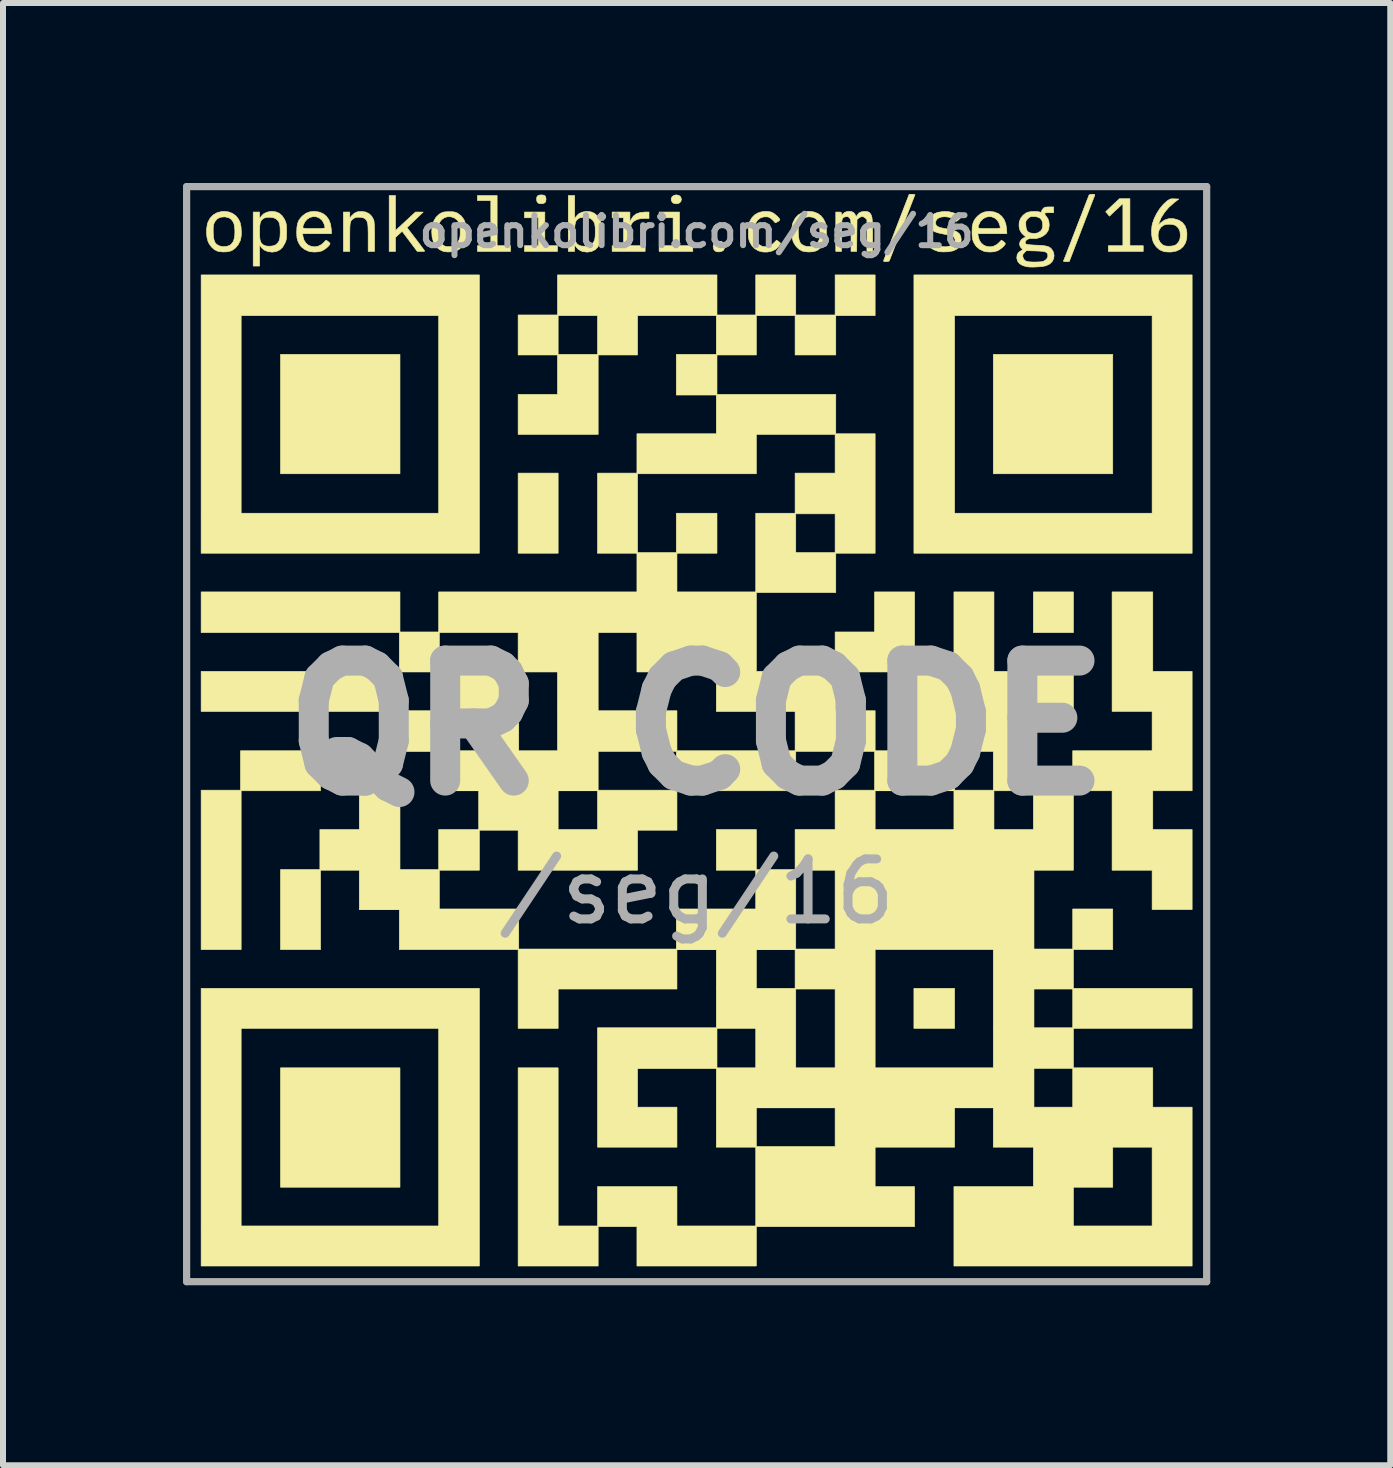
<source format=kicad_pcb>
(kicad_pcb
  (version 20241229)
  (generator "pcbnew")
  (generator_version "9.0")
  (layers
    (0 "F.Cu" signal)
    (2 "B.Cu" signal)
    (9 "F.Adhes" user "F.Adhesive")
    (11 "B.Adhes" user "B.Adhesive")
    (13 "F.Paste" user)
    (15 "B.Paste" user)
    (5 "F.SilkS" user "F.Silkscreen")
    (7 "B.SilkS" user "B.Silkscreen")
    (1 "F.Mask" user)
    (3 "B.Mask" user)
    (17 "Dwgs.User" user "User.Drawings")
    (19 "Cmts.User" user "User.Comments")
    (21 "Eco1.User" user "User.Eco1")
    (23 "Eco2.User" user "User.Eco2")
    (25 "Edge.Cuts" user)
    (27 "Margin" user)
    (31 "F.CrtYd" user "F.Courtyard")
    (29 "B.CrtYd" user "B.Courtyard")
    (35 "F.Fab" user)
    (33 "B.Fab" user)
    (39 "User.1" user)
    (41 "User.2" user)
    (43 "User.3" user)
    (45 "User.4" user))
  (footprint "SEG-16-QR"
    (layer "F.Cu")
    (at 8.56 9.06)
    (property "Reference" "SEG-16-QR" (at 0 0 0) (layer "Eco2.User") (effects (font (size 1.524 1.524) (thickness 0.3))))
    (attr through_hole)
    (fp_poly (pts (xy -4.944 -4.214) (xy -6.935 -4.214) (xy -6.935 -6.204) (xy -4.944 -6.204) (xy -4.944 -4.214)) (stroke (width 0.01) (type solid)) (fill yes) (layer "F.SilkS"))
    (fp_poly (pts (xy -4.944 7.676) (xy -6.935 7.676) (xy -6.935 5.686) (xy -4.944 5.686) (xy -4.944 7.676)) (stroke (width 0.01) (type solid)) (fill yes) (layer "F.SilkS"))
    (fp_poly (pts (xy -2.308 -2.89) (xy -2.975 -2.89) (xy -2.975 -4.225) (xy -2.308 -4.225) (xy -2.308 -2.89)) (stroke (width 0.01) (type solid)) (fill yes) (layer "F.SilkS"))
    (fp_poly (pts (xy 4.299 5.029) (xy 3.621 5.029) (xy 3.621 4.362) (xy 4.299 4.362) (xy 4.299 5.029)) (stroke (width 0.01) (type solid)) (fill yes) (layer "F.SilkS"))
    (fp_poly (pts (xy 6.279 -1.567) (xy 5.612 -1.567) (xy 5.612 -2.245) (xy 6.279 -2.245) (xy 6.279 -1.567)) (stroke (width 0.01) (type solid)) (fill yes) (layer "F.SilkS"))
    (fp_poly (pts (xy 6.935 -4.214) (xy 4.944 -4.214) (xy 4.944 -6.204) (xy 6.935 -6.204) (xy 6.935 -4.214)) (stroke (width 0.01) (type solid)) (fill yes) (layer "F.SilkS"))
    (fp_poly (pts (xy -6.268 1.069) (xy -7.591 1.069) (xy -7.591 3.716) (xy -8.258 3.716) (xy -8.258 1.059) (xy -7.602 1.059) (xy -7.602 0.402) (xy -6.268 0.402) (xy -6.268 1.069)) (stroke (width 0.01) (type solid)) (fill yes) (layer "F.SilkS"))
    (fp_poly (pts (xy -3.325 -8.015) (xy -3.102 -8.015) (xy -3.102 -7.92) (xy -3.653 -7.92) (xy -3.653 -8.015) (xy -3.43 -8.015) (xy -3.43 -8.767) (xy -3.653 -8.767) (xy -3.653 -8.851) (xy -3.325 -8.851) (xy -3.325 -8.015)) (stroke (width 0.01) (type solid)) (fill yes) (layer "F.SilkS"))
    (fp_poly (pts (xy -2.53 -8.015) (xy -2.319 -8.015) (xy -2.319 -7.92) (xy -2.869 -7.92) (xy -2.869 -8.015) (xy -2.636 -8.015) (xy -2.636 -8.481) (xy -2.869 -8.481) (xy -2.869 -8.576) (xy -2.53 -8.576) (xy -2.53 -8.015)) (stroke (width 0.01) (type solid)) (fill yes) (layer "F.SilkS"))
    (fp_poly (pts (xy -0.286 -8.015) (xy -0.064 -8.015) (xy -0.064 -7.92) (xy -0.625 -7.92) (xy -0.625 -8.015) (xy -0.392 -8.015) (xy -0.392 -8.481) (xy -0.625 -8.481) (xy -0.625 -8.576) (xy -0.286 -8.576) (xy -0.286 -8.015)) (stroke (width 0.01) (type solid)) (fill yes) (layer "F.SilkS"))
    (fp_poly (pts (xy -3.621 -2.89) (xy -8.258 -2.89) (xy -8.258 -6.85) (xy -7.591 -6.85) (xy -7.591 -3.557) (xy -4.299 -3.557) (xy -4.299 -6.85) (xy -7.591 -6.85) (xy -8.258 -6.85) (xy -8.258 -7.528) (xy -3.621 -7.528) (xy -3.621 -2.89)) (stroke (width 0.01) (type solid)) (fill yes) (layer "F.SilkS"))
    (fp_poly (pts (xy -3.621 8.989) (xy -8.258 8.989) (xy -8.258 5.029) (xy -7.591 5.029) (xy -7.591 8.322) (xy -4.299 8.322) (xy -4.299 5.029) (xy -7.591 5.029) (xy -8.258 5.029) (xy -8.258 4.362) (xy -3.621 4.362) (xy -3.621 8.989)) (stroke (width 0.01) (type solid)) (fill yes) (layer "F.SilkS"))
    (fp_poly (pts (xy 8.258 -2.89) (xy 3.621 -2.89) (xy 3.621 -6.85) (xy 4.299 -6.85) (xy 4.299 -3.557) (xy 7.591 -3.557) (xy 7.591 -6.85) (xy 4.299 -6.85) (xy 3.621 -6.85) (xy 3.621 -7.528) (xy 8.258 -7.528) (xy 8.258 -2.89)) (stroke (width 0.01) (type solid)) (fill yes) (layer "F.SilkS"))
    (fp_poly (pts (xy -0.297 -8.854) (xy -0.268 -8.832) (xy -0.255 -8.797) (xy -0.254 -8.788) (xy -0.263 -8.751) (xy -0.289 -8.726) (xy -0.328 -8.714) (xy -0.339 -8.714) (xy -0.382 -8.721) (xy -0.402 -8.735) (xy -0.422 -8.767) (xy -0.424 -8.8) (xy -0.41 -8.83) (xy -0.382 -8.852) (xy -0.344 -8.862) (xy -0.339 -8.862) (xy -0.297 -8.854)) (stroke (width 0.01) (type solid)) (fill yes) (layer "F.SilkS"))
    (fp_poly (pts (xy -2.557 -8.859) (xy -2.53 -8.849) (xy -2.526 -8.845) (xy -2.513 -8.82) (xy -2.51 -8.785) (xy -2.516 -8.751) (xy -2.529 -8.731) (xy -2.556 -8.718) (xy -2.592 -8.714) (xy -2.627 -8.719) (xy -2.651 -8.733) (xy -2.664 -8.76) (xy -2.667 -8.795) (xy -2.662 -8.828) (xy -2.651 -8.845) (xy -2.627 -8.857) (xy -2.593 -8.862) (xy -2.557 -8.859)) (stroke (width 0.01) (type solid)) (fill yes) (layer "F.SilkS"))
    (fp_poly (pts (xy 7.221 -8.015) (xy 7.443 -8.015) (xy 7.443 -7.92) (xy 6.861 -7.92) (xy 6.861 -8.015) (xy 7.104 -8.015) (xy 7.104 -8.718) (xy 7.059 -8.676) (xy 7.03 -8.648) (xy 6.992 -8.613) (xy 6.953 -8.577) (xy 6.947 -8.571) (xy 6.88 -8.507) (xy 6.849 -8.544) (xy 6.817 -8.581) (xy 6.931 -8.69) (xy 7.046 -8.798) (xy 7.221 -8.798) (xy 7.221 -8.015)) (stroke (width 0.01) (type solid)) (fill yes) (layer "F.SilkS"))
    (fp_poly (pts (xy 0.413 -8.086) (xy 0.444 -8.068) (xy 0.445 -8.068) (xy 0.461 -8.04) (xy 0.467 -8.003) (xy 0.462 -7.966) (xy 0.447 -7.938) (xy 0.446 -7.936) (xy 0.417 -7.921) (xy 0.378 -7.913) (xy 0.34 -7.914) (xy 0.321 -7.919) (xy 0.293 -7.941) (xy 0.278 -7.975) (xy 0.276 -8.013) (xy 0.29 -8.049) (xy 0.301 -8.063) (xy 0.333 -8.083) (xy 0.373 -8.09) (xy 0.413 -8.086)) (stroke (width 0.01) (type solid)) (fill yes) (layer "F.SilkS"))
    (fp_poly (pts (xy -5.019 -8.268) (xy -4.852 -8.422) (xy -4.686 -8.576) (xy -4.622 -8.576) (xy -4.558 -8.575) (xy -4.692 -8.446) (xy -4.827 -8.317) (xy -4.679 -8.124) (xy -4.637 -8.069) (xy -4.6 -8.019) (xy -4.569 -7.978) (xy -4.546 -7.947) (xy -4.533 -7.929) (xy -4.532 -7.925) (xy -4.541 -7.922) (xy -4.566 -7.92) (xy -4.594 -7.92) (xy -4.656 -7.92) (xy -4.782 -8.088) (xy -4.908 -8.256) (xy -5.019 -8.154) (xy -5.019 -7.92) (xy -5.124 -7.92) (xy -5.124 -8.851) (xy -5.019 -8.851) (xy -5.019 -8.268)) (stroke (width 0.01) (type solid)) (fill yes) (layer "F.SilkS"))
    (fp_poly (pts (xy -1.112 -8.494) (xy -1.112 -8.412) (xy -1.089 -8.457) (xy -1.054 -8.509) (xy -1.005 -8.546) (xy -0.941 -8.568) (xy -0.863 -8.576) (xy -0.855 -8.576) (xy -0.794 -8.576) (xy -0.794 -8.47) (xy -0.866 -8.47) (xy -0.934 -8.466) (xy -0.988 -8.454) (xy -1.032 -8.432) (xy -1.054 -8.416) (xy -1.074 -8.394) (xy -1.09 -8.37) (xy -1.1 -8.339) (xy -1.107 -8.297) (xy -1.111 -8.242) (xy -1.112 -8.17) (xy -1.112 -8.161) (xy -1.112 -8.015) (xy -0.858 -8.015) (xy -0.858 -7.92) (xy -1.408 -7.92) (xy -1.408 -8.015) (xy -1.218 -8.015) (xy -1.218 -8.481) (xy -1.408 -8.481) (xy -1.408 -8.576) (xy -1.112 -8.576) (xy -1.112 -8.494)) (stroke (width 0.01) (type solid)) (fill yes) (layer "F.SilkS"))
    (fp_poly (pts (xy 3.621 -8.871) (xy 3.637 -8.867) (xy 3.639 -8.865) (xy 3.634 -8.853) (xy 3.623 -8.824) (xy 3.605 -8.779) (xy 3.582 -8.72) (xy 3.554 -8.648) (xy 3.522 -8.565) (xy 3.486 -8.474) (xy 3.448 -8.376) (xy 3.425 -8.317) (xy 3.386 -8.215) (xy 3.349 -8.119) (xy 3.315 -8.031) (xy 3.284 -7.952) (xy 3.258 -7.884) (xy 3.237 -7.83) (xy 3.222 -7.791) (xy 3.213 -7.768) (xy 3.211 -7.763) (xy 3.197 -7.755) (xy 3.169 -7.75) (xy 3.158 -7.75) (xy 3.129 -7.751) (xy 3.117 -7.756) (xy 3.117 -7.766) (xy 3.117 -7.769) (xy 3.122 -7.782) (xy 3.134 -7.813) (xy 3.152 -7.86) (xy 3.176 -7.921) (xy 3.204 -7.995) (xy 3.236 -8.079) (xy 3.272 -8.171) (xy 3.31 -8.27) (xy 3.333 -8.33) (xy 3.542 -8.872) (xy 3.593 -8.872) (xy 3.621 -8.871)) (stroke (width 0.01) (type solid)) (fill yes) (layer "F.SilkS"))
    (fp_poly (pts (xy 6.622 -8.871) (xy 6.635 -8.867) (xy 6.635 -8.856) (xy 6.634 -8.854) (xy 6.629 -8.841) (xy 6.617 -8.81) (xy 6.599 -8.763) (xy 6.575 -8.702) (xy 6.547 -8.628) (xy 6.515 -8.544) (xy 6.479 -8.452) (xy 6.441 -8.352) (xy 6.418 -8.293) (xy 6.21 -7.751) (xy 6.159 -7.75) (xy 6.13 -7.752) (xy 6.114 -7.755) (xy 6.113 -7.758) (xy 6.117 -7.769) (xy 6.129 -7.798) (xy 6.147 -7.843) (xy 6.17 -7.903) (xy 6.198 -7.975) (xy 6.23 -8.057) (xy 6.265 -8.149) (xy 6.303 -8.247) (xy 6.326 -8.306) (xy 6.365 -8.408) (xy 6.403 -8.504) (xy 6.437 -8.592) (xy 6.467 -8.671) (xy 6.493 -8.738) (xy 6.514 -8.793) (xy 6.53 -8.832) (xy 6.538 -8.855) (xy 6.54 -8.859) (xy 6.554 -8.868) (xy 6.583 -8.872) (xy 6.593 -8.873) (xy 6.622 -8.871)) (stroke (width 0.01) (type solid)) (fill yes) (layer "F.SilkS"))
    (fp_poly (pts (xy -5.519 -8.577) (xy -5.461 -8.55) (xy -5.415 -8.506) (xy -5.383 -8.447) (xy -5.38 -8.44) (xy -5.376 -8.415) (xy -5.372 -8.371) (xy -5.37 -8.309) (xy -5.368 -8.23) (xy -5.368 -8.162) (xy -5.368 -7.92) (xy -5.474 -7.92) (xy -5.474 -8.148) (xy -5.474 -8.232) (xy -5.476 -8.298) (xy -5.478 -8.348) (xy -5.483 -8.386) (xy -5.491 -8.415) (xy -5.501 -8.436) (xy -5.514 -8.453) (xy -5.526 -8.464) (xy -5.553 -8.479) (xy -5.595 -8.488) (xy -5.615 -8.489) (xy -5.655 -8.49) (xy -5.683 -8.486) (xy -5.707 -8.475) (xy -5.717 -8.468) (xy -5.737 -8.454) (xy -5.752 -8.44) (xy -5.763 -8.422) (xy -5.771 -8.399) (xy -5.776 -8.366) (xy -5.779 -8.323) (xy -5.78 -8.264) (xy -5.781 -8.188) (xy -5.781 -8.155) (xy -5.781 -7.92) (xy -5.887 -7.92) (xy -5.887 -8.576) (xy -5.781 -8.576) (xy -5.781 -8.476) (xy -5.747 -8.517) (xy -5.705 -8.556) (xy -5.657 -8.579) (xy -5.596 -8.586) (xy -5.588 -8.586) (xy -5.519 -8.577)) (stroke (width 0.01) (type solid)) (fill yes) (layer "F.SilkS"))
    (fp_poly (pts (xy -7.799 -8.578) (xy -7.732 -8.552) (xy -7.677 -8.51) (xy -7.636 -8.459) (xy -7.608 -8.4) (xy -7.593 -8.33) (xy -7.588 -8.248) (xy -7.589 -8.19) (xy -7.595 -8.145) (xy -7.604 -8.106) (xy -7.611 -8.089) (xy -7.643 -8.029) (xy -7.686 -7.978) (xy -7.737 -7.94) (xy -7.769 -7.926) (xy -7.825 -7.914) (xy -7.89 -7.911) (xy -7.954 -7.917) (xy -7.991 -7.926) (xy -8.042 -7.954) (xy -8.089 -7.998) (xy -8.127 -8.053) (xy -8.143 -8.087) (xy -8.16 -8.15) (xy -8.168 -8.223) (xy -8.167 -8.248) (xy -8.057 -8.248) (xy -8.054 -8.171) (xy -8.043 -8.111) (xy -8.026 -8.067) (xy -8.001 -8.038) (xy -7.955 -8.012) (xy -7.899 -8) (xy -7.841 -8.002) (xy -7.787 -8.018) (xy -7.778 -8.023) (xy -7.753 -8.044) (xy -7.729 -8.075) (xy -7.721 -8.089) (xy -7.706 -8.134) (xy -7.697 -8.192) (xy -7.695 -8.256) (xy -7.699 -8.319) (xy -7.709 -8.374) (xy -7.721 -8.407) (xy -7.754 -8.453) (xy -7.798 -8.482) (xy -7.855 -8.495) (xy -7.877 -8.496) (xy -7.939 -8.489) (xy -7.987 -8.465) (xy -8.023 -8.425) (xy -8.033 -8.407) (xy -8.045 -8.382) (xy -8.052 -8.356) (xy -8.056 -8.323) (xy -8.057 -8.278) (xy -8.057 -8.248) (xy -8.167 -8.248) (xy -8.166 -8.299) (xy -8.155 -8.369) (xy -8.144 -8.407) (xy -8.107 -8.476) (xy -8.056 -8.529) (xy -7.993 -8.565) (xy -7.919 -8.584) (xy -7.877 -8.587) (xy -7.799 -8.578)) (stroke (width 0.01) (type solid)) (fill yes) (layer "F.SilkS"))
    (fp_poly (pts (xy 1.223 -8.58) (xy 1.244 -8.575) (xy 1.272 -8.562) (xy 1.304 -8.54) (xy 1.337 -8.512) (xy 1.365 -8.484) (xy 1.383 -8.46) (xy 1.387 -8.447) (xy 1.378 -8.433) (xy 1.357 -8.418) (xy 1.35 -8.414) (xy 1.312 -8.396) (xy 1.268 -8.443) (xy 1.233 -8.474) (xy 1.2 -8.491) (xy 1.179 -8.496) (xy 1.119 -8.496) (xy 1.064 -8.478) (xy 1.018 -8.443) (xy 0.985 -8.395) (xy 0.975 -8.367) (xy 0.968 -8.327) (xy 0.964 -8.274) (xy 0.965 -8.217) (xy 0.968 -8.164) (xy 0.975 -8.128) (xy 1 -8.076) (xy 1.04 -8.034) (xy 1.09 -8.006) (xy 1.103 -8.003) (xy 1.162 -7.996) (xy 1.217 -8.01) (xy 1.269 -8.045) (xy 1.288 -8.063) (xy 1.332 -8.108) (xy 1.365 -8.085) (xy 1.386 -8.069) (xy 1.397 -8.058) (xy 1.397 -8.056) (xy 1.391 -8.039) (xy 1.373 -8.014) (xy 1.349 -7.986) (xy 1.325 -7.963) (xy 1.314 -7.954) (xy 1.253 -7.925) (xy 1.183 -7.91) (xy 1.11 -7.91) (xy 1.041 -7.926) (xy 1.022 -7.934) (xy 0.965 -7.969) (xy 0.921 -8.014) (xy 0.887 -8.073) (xy 0.876 -8.1) (xy 0.869 -8.127) (xy 0.865 -8.159) (xy 0.863 -8.203) (xy 0.863 -8.248) (xy 0.863 -8.304) (xy 0.866 -8.345) (xy 0.87 -8.375) (xy 0.878 -8.402) (xy 0.887 -8.423) (xy 0.922 -8.483) (xy 0.966 -8.528) (xy 1.022 -8.561) (xy 1.082 -8.58) (xy 1.152 -8.587) (xy 1.223 -8.58)) (stroke (width 0.01) (type solid)) (fill yes) (layer "F.SilkS"))
    (fp_poly (pts (xy 1.953 -8.578) (xy 2.02 -8.552) (xy 2.074 -8.51) (xy 2.115 -8.459) (xy 2.143 -8.4) (xy 2.159 -8.33) (xy 2.163 -8.248) (xy 2.162 -8.19) (xy 2.157 -8.145) (xy 2.147 -8.106) (xy 2.14 -8.089) (xy 2.109 -8.029) (xy 2.065 -7.978) (xy 2.014 -7.94) (xy 1.982 -7.926) (xy 1.926 -7.914) (xy 1.861 -7.911) (xy 1.798 -7.917) (xy 1.761 -7.926) (xy 1.71 -7.954) (xy 1.662 -7.998) (xy 1.624 -8.053) (xy 1.608 -8.087) (xy 1.591 -8.15) (xy 1.584 -8.223) (xy 1.584 -8.248) (xy 1.694 -8.248) (xy 1.698 -8.171) (xy 1.708 -8.111) (xy 1.725 -8.067) (xy 1.75 -8.038) (xy 1.797 -8.012) (xy 1.852 -8) (xy 1.911 -8.002) (xy 1.964 -8.018) (xy 1.974 -8.023) (xy 1.998 -8.044) (xy 2.022 -8.075) (xy 2.03 -8.089) (xy 2.041 -8.114) (xy 2.048 -8.14) (xy 2.052 -8.173) (xy 2.054 -8.219) (xy 2.054 -8.248) (xy 2.051 -8.324) (xy 2.04 -8.382) (xy 2.021 -8.426) (xy 1.993 -8.459) (xy 1.969 -8.475) (xy 1.922 -8.492) (xy 1.867 -8.497) (xy 1.813 -8.489) (xy 1.779 -8.475) (xy 1.744 -8.448) (xy 1.719 -8.411) (xy 1.703 -8.363) (xy 1.695 -8.298) (xy 1.694 -8.248) (xy 1.584 -8.248) (xy 1.585 -8.299) (xy 1.596 -8.369) (xy 1.608 -8.407) (xy 1.645 -8.476) (xy 1.695 -8.529) (xy 1.759 -8.565) (xy 1.833 -8.584) (xy 1.874 -8.587) (xy 1.953 -8.578)) (stroke (width 0.01) (type solid)) (fill yes) (layer "F.SilkS"))
    (fp_poly (pts (xy 2.586 -8.582) (xy 2.618 -8.566) (xy 2.641 -8.535) (xy 2.643 -8.532) (xy 2.66 -8.499) (xy 2.679 -8.529) (xy 2.707 -8.561) (xy 2.744 -8.579) (xy 2.794 -8.586) (xy 2.804 -8.586) (xy 2.841 -8.584) (xy 2.866 -8.576) (xy 2.885 -8.562) (xy 2.899 -8.545) (xy 2.909 -8.526) (xy 2.918 -8.501) (xy 2.924 -8.468) (xy 2.928 -8.424) (xy 2.931 -8.367) (xy 2.932 -8.294) (xy 2.933 -8.203) (xy 2.933 -8.187) (xy 2.933 -7.92) (xy 2.838 -7.92) (xy 2.838 -8.45) (xy 2.812 -8.476) (xy 2.778 -8.498) (xy 2.742 -8.499) (xy 2.705 -8.478) (xy 2.703 -8.476) (xy 2.673 -8.451) (xy 2.67 -8.185) (xy 2.667 -7.92) (xy 2.573 -7.92) (xy 2.573 -8.184) (xy 2.573 -8.265) (xy 2.572 -8.328) (xy 2.572 -8.376) (xy 2.57 -8.41) (xy 2.568 -8.434) (xy 2.564 -8.45) (xy 2.559 -8.462) (xy 2.553 -8.471) (xy 2.548 -8.476) (xy 2.528 -8.495) (xy 2.508 -8.501) (xy 2.485 -8.498) (xy 2.464 -8.493) (xy 2.448 -8.487) (xy 2.436 -8.475) (xy 2.427 -8.457) (xy 2.421 -8.43) (xy 2.417 -8.391) (xy 2.415 -8.338) (xy 2.414 -8.269) (xy 2.414 -8.182) (xy 2.414 -7.92) (xy 2.319 -7.92) (xy 2.319 -8.576) (xy 2.366 -8.576) (xy 2.396 -8.575) (xy 2.41 -8.57) (xy 2.414 -8.556) (xy 2.414 -8.547) (xy 2.414 -8.518) (xy 2.433 -8.54) (xy 2.468 -8.571) (xy 2.512 -8.585) (xy 2.541 -8.587) (xy 2.586 -8.582)) (stroke (width 0.01) (type solid)) (fill yes) (layer "F.SilkS"))
    (fp_poly (pts (xy -4.075 -8.581) (xy -4.04 -8.577) (xy -4.013 -8.57) (xy -3.987 -8.558) (xy -3.981 -8.555) (xy -3.923 -8.51) (xy -3.878 -8.45) (xy -3.849 -8.376) (xy -3.834 -8.289) (xy -3.833 -8.248) (xy -3.841 -8.156) (xy -3.863 -8.076) (xy -3.901 -8.011) (xy -3.953 -7.96) (xy -3.981 -7.942) (xy -4.027 -7.924) (xy -4.085 -7.914) (xy -4.146 -7.911) (xy -4.202 -7.916) (xy -4.227 -7.923) (xy -4.28 -7.948) (xy -4.321 -7.98) (xy -4.352 -8.017) (xy -4.388 -8.083) (xy -4.409 -8.162) (xy -4.414 -8.237) (xy -4.304 -8.237) (xy -4.302 -8.178) (xy -4.298 -8.136) (xy -4.291 -8.106) (xy -4.286 -8.094) (xy -4.253 -8.049) (xy -4.213 -8.016) (xy -4.186 -8.004) (xy -4.147 -7.998) (xy -4.101 -8) (xy -4.058 -8.008) (xy -4.025 -8.023) (xy -4.023 -8.024) (xy -3.98 -8.068) (xy -3.953 -8.127) (xy -3.943 -8.17) (xy -3.94 -8.224) (xy -3.941 -8.282) (xy -3.946 -8.337) (xy -3.956 -8.382) (xy -3.964 -8.405) (xy -3.998 -8.45) (xy -4.044 -8.481) (xy -4.096 -8.497) (xy -4.15 -8.498) (xy -4.202 -8.483) (xy -4.248 -8.451) (xy -4.255 -8.443) (xy -4.275 -8.418) (xy -4.289 -8.393) (xy -4.297 -8.364) (xy -4.302 -8.324) (xy -4.304 -8.271) (xy -4.304 -8.237) (xy -4.414 -8.237) (xy -4.415 -8.248) (xy -4.407 -8.34) (xy -4.384 -8.42) (xy -4.346 -8.486) (xy -4.293 -8.538) (xy -4.266 -8.555) (xy -4.24 -8.568) (xy -4.214 -8.576) (xy -4.181 -8.58) (xy -4.135 -8.581) (xy -4.124 -8.581) (xy -4.075 -8.581)) (stroke (width 0.01) (type solid)) (fill yes) (layer "F.SilkS"))
    (fp_poly (pts (xy -7.012 -8.579) (xy -6.955 -8.555) (xy -6.908 -8.514) (xy -6.869 -8.455) (xy -6.863 -8.441) (xy -6.851 -8.414) (xy -6.843 -8.389) (xy -6.838 -8.361) (xy -6.835 -8.326) (xy -6.834 -8.277) (xy -6.834 -8.248) (xy -6.835 -8.191) (xy -6.836 -8.15) (xy -6.84 -8.119) (xy -6.846 -8.094) (xy -6.857 -8.068) (xy -6.863 -8.055) (xy -6.9 -7.991) (xy -6.946 -7.947) (xy -7.001 -7.92) (xy -7.067 -7.909) (xy -7.081 -7.909) (xy -7.147 -7.918) (xy -7.204 -7.942) (xy -7.249 -7.979) (xy -7.258 -7.992) (xy -7.284 -8.03) (xy -7.284 -7.676) (xy -7.39 -7.676) (xy -7.39 -8.248) (xy -7.284 -8.248) (xy -7.283 -8.177) (xy -7.278 -8.123) (xy -7.268 -8.083) (xy -7.252 -8.055) (xy -7.229 -8.034) (xy -7.21 -8.022) (xy -7.169 -8.009) (xy -7.119 -8.006) (xy -7.069 -8.011) (xy -7.027 -8.024) (xy -7.012 -8.032) (xy -6.983 -8.058) (xy -6.963 -8.086) (xy -6.95 -8.121) (xy -6.943 -8.168) (xy -6.94 -8.23) (xy -6.94 -8.248) (xy -6.942 -8.315) (xy -6.948 -8.365) (xy -6.959 -8.402) (xy -6.977 -8.432) (xy -7.004 -8.457) (xy -7.012 -8.463) (xy -7.048 -8.48) (xy -7.096 -8.489) (xy -7.147 -8.489) (xy -7.193 -8.481) (xy -7.21 -8.473) (xy -7.238 -8.455) (xy -7.258 -8.432) (xy -7.272 -8.4) (xy -7.28 -8.356) (xy -7.284 -8.296) (xy -7.284 -8.248) (xy -7.39 -8.248) (xy -7.39 -8.576) (xy -7.284 -8.576) (xy -7.284 -8.465) (xy -7.258 -8.504) (xy -7.218 -8.545) (xy -7.164 -8.573) (xy -7.1 -8.586) (xy -7.081 -8.587) (xy -7.012 -8.579)) (stroke (width 0.01) (type solid)) (fill yes) (layer "F.SilkS"))
    (fp_poly (pts (xy -2.033 -8.465) (xy -2.007 -8.504) (xy -1.967 -8.545) (xy -1.912 -8.573) (xy -1.849 -8.586) (xy -1.83 -8.587) (xy -1.761 -8.579) (xy -1.704 -8.555) (xy -1.657 -8.514) (xy -1.618 -8.455) (xy -1.611 -8.441) (xy -1.599 -8.414) (xy -1.591 -8.389) (xy -1.586 -8.361) (xy -1.584 -8.326) (xy -1.583 -8.277) (xy -1.583 -8.248) (xy -1.583 -8.191) (xy -1.585 -8.15) (xy -1.588 -8.119) (xy -1.595 -8.094) (xy -1.605 -8.068) (xy -1.611 -8.055) (xy -1.649 -7.991) (xy -1.694 -7.947) (xy -1.749 -7.92) (xy -1.815 -7.909) (xy -1.83 -7.909) (xy -1.899 -7.918) (xy -1.935 -7.932) (xy -1.97 -7.954) (xy -2 -7.983) (xy -2.007 -7.992) (xy -2.033 -8.03) (xy -2.033 -7.92) (xy -2.139 -7.92) (xy -2.139 -8.248) (xy -2.033 -8.248) (xy -2.031 -8.177) (xy -2.026 -8.123) (xy -2.016 -8.083) (xy -2.001 -8.055) (xy -1.978 -8.034) (xy -1.959 -8.022) (xy -1.918 -8.009) (xy -1.868 -8.006) (xy -1.818 -8.011) (xy -1.775 -8.024) (xy -1.76 -8.032) (xy -1.731 -8.058) (xy -1.711 -8.086) (xy -1.698 -8.121) (xy -1.691 -8.168) (xy -1.689 -8.23) (xy -1.689 -8.248) (xy -1.69 -8.315) (xy -1.696 -8.365) (xy -1.707 -8.402) (xy -1.726 -8.432) (xy -1.752 -8.457) (xy -1.76 -8.463) (xy -1.796 -8.48) (xy -1.844 -8.489) (xy -1.895 -8.489) (xy -1.941 -8.481) (xy -1.959 -8.473) (xy -1.987 -8.455) (xy -2.007 -8.432) (xy -2.02 -8.4) (xy -2.029 -8.356) (xy -2.032 -8.296) (xy -2.033 -8.248) (xy -2.139 -8.248) (xy -2.139 -8.851) (xy -2.033 -8.851) (xy -2.033 -8.465)) (stroke (width 0.01) (type solid)) (fill yes) (layer "F.SilkS"))
    (fp_poly (pts (xy 7.966 -8.796) (xy 8.036 -8.793) (xy 7.957 -8.732) (xy 7.87 -8.655) (xy 7.798 -8.571) (xy 7.741 -8.481) (xy 7.704 -8.391) (xy 7.702 -8.385) (xy 7.699 -8.373) (xy 7.704 -8.371) (xy 7.718 -8.382) (xy 7.742 -8.403) (xy 7.801 -8.444) (xy 7.866 -8.465) (xy 7.939 -8.466) (xy 7.969 -8.461) (xy 8.041 -8.438) (xy 8.097 -8.4) (xy 8.138 -8.349) (xy 8.163 -8.282) (xy 8.171 -8.222) (xy 8.168 -8.137) (xy 8.148 -8.064) (xy 8.111 -8.004) (xy 8.059 -7.957) (xy 7.994 -7.926) (xy 7.915 -7.911) (xy 7.878 -7.91) (xy 7.837 -7.912) (xy 7.802 -7.915) (xy 7.782 -7.919) (xy 7.714 -7.949) (xy 7.661 -7.995) (xy 7.619 -8.057) (xy 7.611 -8.073) (xy 7.594 -8.129) (xy 7.587 -8.173) (xy 7.69 -8.173) (xy 7.7 -8.119) (xy 7.724 -8.072) (xy 7.761 -8.034) (xy 7.786 -8.019) (xy 7.824 -8.009) (xy 7.871 -8.006) (xy 7.921 -8.01) (xy 7.964 -8.019) (xy 7.991 -8.032) (xy 8.031 -8.074) (xy 8.055 -8.126) (xy 8.062 -8.19) (xy 8.055 -8.254) (xy 8.031 -8.307) (xy 7.991 -8.347) (xy 7.956 -8.363) (xy 7.909 -8.372) (xy 7.857 -8.373) (xy 7.81 -8.367) (xy 7.782 -8.357) (xy 7.739 -8.324) (xy 7.709 -8.279) (xy 7.693 -8.227) (xy 7.69 -8.173) (xy 7.587 -8.173) (xy 7.584 -8.197) (xy 7.582 -8.27) (xy 7.588 -8.342) (xy 7.597 -8.385) (xy 7.626 -8.469) (xy 7.668 -8.553) (xy 7.72 -8.634) (xy 7.779 -8.705) (xy 7.841 -8.761) (xy 7.854 -8.77) (xy 7.88 -8.786) (xy 7.904 -8.795) (xy 7.934 -8.797) (xy 7.966 -8.796)) (stroke (width 0.01) (type solid)) (fill yes) (layer "F.SilkS"))
    (fp_poly (pts (xy -6.295 -8.577) (xy -6.228 -8.551) (xy -6.172 -8.507) (xy -6.13 -8.449) (xy -6.102 -8.376) (xy -6.09 -8.298) (xy -6.085 -8.216) (xy -6.567 -8.216) (xy -6.56 -8.166) (xy -6.543 -8.106) (xy -6.511 -8.058) (xy -6.468 -8.022) (xy -6.416 -8.002) (xy -6.361 -7.996) (xy -6.305 -8.007) (xy -6.251 -8.035) (xy -6.219 -8.063) (xy -6.175 -8.108) (xy -6.142 -8.085) (xy -6.121 -8.067) (xy -6.11 -8.051) (xy -6.109 -8.049) (xy -6.118 -8.03) (xy -6.139 -8.005) (xy -6.17 -7.977) (xy -6.205 -7.952) (xy -6.238 -7.932) (xy -6.252 -7.927) (xy -6.306 -7.914) (xy -6.367 -7.91) (xy -6.426 -7.914) (xy -6.47 -7.924) (xy -6.538 -7.956) (xy -6.59 -7.998) (xy -6.609 -8.023) (xy -6.633 -8.064) (xy -6.65 -8.103) (xy -6.66 -8.144) (xy -6.664 -8.194) (xy -6.665 -8.248) (xy -6.661 -8.326) (xy -6.661 -8.326) (xy -6.563 -8.326) (xy -6.56 -8.314) (xy -6.548 -8.307) (xy -6.524 -8.303) (xy -6.485 -8.301) (xy -6.43 -8.301) (xy -6.379 -8.301) (xy -6.309 -8.301) (xy -6.257 -8.302) (xy -6.222 -8.305) (xy -6.202 -8.308) (xy -6.194 -8.313) (xy -6.194 -8.314) (xy -6.2 -8.352) (xy -6.217 -8.395) (xy -6.239 -8.433) (xy -6.244 -8.44) (xy -6.288 -8.477) (xy -6.338 -8.497) (xy -6.391 -8.5) (xy -6.442 -8.487) (xy -6.489 -8.458) (xy -6.528 -8.415) (xy -6.552 -8.365) (xy -6.56 -8.343) (xy -6.563 -8.326) (xy -6.661 -8.326) (xy -6.65 -8.388) (xy -6.628 -8.44) (xy -6.595 -8.485) (xy -6.564 -8.516) (xy -6.51 -8.556) (xy -6.453 -8.578) (xy -6.385 -8.587) (xy -6.374 -8.587) (xy -6.295 -8.577)) (stroke (width 0.01) (type solid)) (fill yes) (layer "F.SilkS"))
    (fp_poly (pts (xy 4.208 -8.581) (xy 4.285 -8.561) (xy 4.353 -8.524) (xy 4.366 -8.514) (xy 4.403 -8.484) (xy 4.366 -8.448) (xy 4.342 -8.428) (xy 4.326 -8.421) (xy 4.322 -8.423) (xy 4.293 -8.451) (xy 4.25 -8.475) (xy 4.199 -8.491) (xy 4.196 -8.492) (xy 4.133 -8.499) (xy 4.078 -8.493) (xy 4.032 -8.477) (xy 3.999 -8.451) (xy 3.983 -8.416) (xy 3.981 -8.4) (xy 3.988 -8.364) (xy 4.012 -8.337) (xy 4.053 -8.319) (xy 4.078 -8.313) (xy 4.117 -8.305) (xy 4.167 -8.296) (xy 4.216 -8.286) (xy 4.217 -8.286) (xy 4.29 -8.268) (xy 4.343 -8.244) (xy 4.38 -8.213) (xy 4.401 -8.173) (xy 4.409 -8.123) (xy 4.409 -8.111) (xy 4.401 -8.047) (xy 4.375 -7.995) (xy 4.332 -7.956) (xy 4.273 -7.929) (xy 4.196 -7.915) (xy 4.156 -7.913) (xy 4.109 -7.912) (xy 4.066 -7.914) (xy 4.035 -7.917) (xy 4.029 -7.919) (xy 3.948 -7.949) (xy 3.878 -7.996) (xy 3.834 -8.033) (xy 3.87 -8.068) (xy 3.906 -8.103) (xy 3.945 -8.068) (xy 3.994 -8.033) (xy 4.046 -8.01) (xy 4.1 -7.999) (xy 4.156 -7.997) (xy 4.208 -8.006) (xy 4.251 -8.024) (xy 4.284 -8.05) (xy 4.304 -8.081) (xy 4.308 -8.115) (xy 4.293 -8.149) (xy 4.28 -8.164) (xy 4.259 -8.176) (xy 4.229 -8.186) (xy 4.184 -8.197) (xy 4.123 -8.208) (xy 4.108 -8.211) (xy 4.027 -8.228) (xy 3.965 -8.249) (xy 3.92 -8.277) (xy 3.892 -8.312) (xy 3.878 -8.355) (xy 3.877 -8.405) (xy 3.889 -8.465) (xy 3.917 -8.513) (xy 3.96 -8.548) (xy 4.02 -8.571) (xy 4.097 -8.583) (xy 4.118 -8.585) (xy 4.208 -8.581)) (stroke (width 0.01) (type solid)) (fill yes) (layer "F.SilkS"))
    (fp_poly (pts (xy 4.959 -8.577) (xy 5.027 -8.551) (xy 5.083 -8.507) (xy 5.125 -8.449) (xy 5.153 -8.376) (xy 5.165 -8.298) (xy 5.17 -8.216) (xy 4.687 -8.216) (xy 4.694 -8.166) (xy 4.712 -8.106) (xy 4.744 -8.058) (xy 4.787 -8.022) (xy 4.838 -8.002) (xy 4.894 -7.996) (xy 4.95 -8.007) (xy 5.004 -8.035) (xy 5.036 -8.063) (xy 5.08 -8.108) (xy 5.113 -8.085) (xy 5.134 -8.067) (xy 5.145 -8.051) (xy 5.145 -8.049) (xy 5.137 -8.03) (xy 5.115 -8.005) (xy 5.085 -7.977) (xy 5.05 -7.952) (xy 5.017 -7.932) (xy 5.003 -7.927) (xy 4.949 -7.914) (xy 4.888 -7.91) (xy 4.829 -7.914) (xy 4.784 -7.924) (xy 4.717 -7.956) (xy 4.665 -7.998) (xy 4.646 -8.023) (xy 4.621 -8.064) (xy 4.605 -8.103) (xy 4.595 -8.144) (xy 4.591 -8.194) (xy 4.59 -8.248) (xy 4.593 -8.326) (xy 4.593 -8.326) (xy 4.691 -8.326) (xy 4.695 -8.314) (xy 4.707 -8.307) (xy 4.731 -8.303) (xy 4.77 -8.301) (xy 4.825 -8.301) (xy 4.876 -8.301) (xy 4.946 -8.301) (xy 4.998 -8.302) (xy 5.032 -8.305) (xy 5.053 -8.308) (xy 5.061 -8.313) (xy 5.061 -8.314) (xy 5.054 -8.352) (xy 5.038 -8.395) (xy 5.016 -8.433) (xy 5.011 -8.44) (xy 4.967 -8.477) (xy 4.917 -8.497) (xy 4.864 -8.5) (xy 4.813 -8.487) (xy 4.766 -8.458) (xy 4.727 -8.415) (xy 4.703 -8.365) (xy 4.695 -8.343) (xy 4.691 -8.326) (xy 4.593 -8.326) (xy 4.605 -8.388) (xy 4.627 -8.44) (xy 4.66 -8.485) (xy 4.691 -8.516) (xy 4.745 -8.556) (xy 4.802 -8.578) (xy 4.87 -8.587) (xy 4.881 -8.587) (xy 4.959 -8.577)) (stroke (width 0.01) (type solid)) (fill yes) (layer "F.SilkS"))
    (fp_poly (pts (xy 5.95 -8.565) (xy 5.876 -8.565) (xy 5.837 -8.565) (xy 5.815 -8.562) (xy 5.804 -8.556) (xy 5.802 -8.546) (xy 5.81 -8.525) (xy 5.825 -8.506) (xy 5.853 -8.468) (xy 5.871 -8.417) (xy 5.876 -8.359) (xy 5.869 -8.301) (xy 5.856 -8.262) (xy 5.824 -8.217) (xy 5.778 -8.179) (xy 5.721 -8.151) (xy 5.66 -8.135) (xy 5.599 -8.134) (xy 5.592 -8.135) (xy 5.552 -8.135) (xy 5.515 -8.122) (xy 5.488 -8.101) (xy 5.478 -8.082) (xy 5.475 -8.064) (xy 5.479 -8.051) (xy 5.493 -8.041) (xy 5.519 -8.034) (xy 5.559 -8.03) (xy 5.616 -8.026) (xy 5.657 -8.024) (xy 5.733 -8.021) (xy 5.791 -8.015) (xy 5.835 -8.007) (xy 5.868 -7.996) (xy 5.894 -7.98) (xy 5.916 -7.959) (xy 5.92 -7.954) (xy 5.948 -7.905) (xy 5.957 -7.849) (xy 5.95 -7.801) (xy 5.926 -7.751) (xy 5.884 -7.711) (xy 5.826 -7.683) (xy 5.82 -7.681) (xy 5.777 -7.672) (xy 5.72 -7.665) (xy 5.656 -7.661) (xy 5.592 -7.659) (xy 5.537 -7.661) (xy 5.504 -7.665) (xy 5.435 -7.684) (xy 5.384 -7.714) (xy 5.351 -7.754) (xy 5.337 -7.802) (xy 5.336 -7.816) (xy 5.341 -7.854) (xy 5.434 -7.854) (xy 5.436 -7.833) (xy 5.447 -7.798) (xy 5.466 -7.773) (xy 5.496 -7.756) (xy 5.54 -7.747) (xy 5.6 -7.743) (xy 5.654 -7.743) (xy 5.709 -7.745) (xy 5.748 -7.748) (xy 5.776 -7.755) (xy 5.798 -7.765) (xy 5.802 -7.767) (xy 5.836 -7.797) (xy 5.853 -7.833) (xy 5.852 -7.868) (xy 5.844 -7.888) (xy 5.83 -7.903) (xy 5.806 -7.913) (xy 5.771 -7.921) (xy 5.721 -7.925) (xy 5.653 -7.928) (xy 5.646 -7.928) (xy 5.496 -7.933) (xy 5.462 -7.899) (xy 5.441 -7.875) (xy 5.434 -7.854) (xy 5.341 -7.854) (xy 5.343 -7.866) (xy 5.365 -7.903) (xy 5.402 -7.929) (xy 5.427 -7.942) (xy 5.435 -7.951) (xy 5.429 -7.959) (xy 5.423 -7.964) (xy 5.394 -7.996) (xy 5.382 -8.035) (xy 5.387 -8.076) (xy 5.41 -8.114) (xy 5.422 -8.125) (xy 5.446 -8.143) (xy 5.466 -8.152) (xy 5.469 -8.153) (xy 5.483 -8.157) (xy 5.478 -8.169) (xy 5.455 -8.188) (xy 5.453 -8.189) (xy 5.413 -8.229) (xy 5.385 -8.281) (xy 5.373 -8.342) (xy 5.376 -8.406) (xy 5.485 -8.406) (xy 5.485 -8.374) (xy 5.486 -8.354) (xy 5.493 -8.301) (xy 5.507 -8.265) (xy 5.53 -8.241) (xy 5.563 -8.227) (xy 5.623 -8.218) (xy 5.676 -8.226) (xy 5.689 -8.231) (xy 5.732 -8.257) (xy 5.758 -8.295) (xy 5.768 -8.336) (xy 5.767 -8.397) (xy 5.75 -8.444) (xy 5.717 -8.478) (xy 5.669 -8.497) (xy 5.618 -8.502) (xy 5.582 -8.501) (xy 5.557 -8.495) (xy 5.536 -8.481) (xy 5.519 -8.465) (xy 5.5 -8.444) (xy 5.489 -8.427) (xy 5.485 -8.406) (xy 5.376 -8.406) (xy 5.376 -8.406) (xy 5.379 -8.419) (xy 5.401 -8.473) (xy 5.439 -8.521) (xy 5.486 -8.558) (xy 5.523 -8.574) (xy 5.573 -8.583) (xy 5.631 -8.586) (xy 5.686 -8.583) (xy 5.715 -8.577) (xy 5.738 -8.572) (xy 5.748 -8.576) (xy 5.749 -8.588) (xy 5.756 -8.609) (xy 5.774 -8.633) (xy 5.775 -8.635) (xy 5.792 -8.649) (xy 5.811 -8.657) (xy 5.84 -8.66) (xy 5.876 -8.661) (xy 5.95 -8.661) (xy 5.95 -8.565)) (stroke (width 0.01) (type solid)) (fill yes) (layer "F.SilkS"))
    (fp_poly (pts (xy 0.339 -6.861) (xy 0.985 -6.861) (xy 0.985 -7.528) (xy 1.652 -7.528) (xy 1.652 -6.861) (xy 2.308 -6.861) (xy 2.308 -7.528) (xy 2.975 -7.528) (xy 2.975 -6.85) (xy 2.319 -6.85) (xy 2.319 -6.194) (xy 1.641 -6.194) (xy 1.641 -6.85) (xy 0.995 -6.85) (xy 0.995 -6.194) (xy 0.339 -6.194) (xy 0.339 -5.537) (xy 2.319 -5.537) (xy 2.319 -4.881) (xy 2.975 -4.881) (xy 2.975 -2.89) (xy 2.319 -2.89) (xy 2.319 -2.234) (xy 0.995 -2.234) (xy 0.995 -0.921) (xy 2.308 -0.921) (xy 2.308 -1.578) (xy 2.965 -1.578) (xy 2.965 -2.245) (xy 3.632 -2.245) (xy 3.632 -0.921) (xy 4.288 -0.921) (xy 4.288 -2.245) (xy 4.955 -2.245) (xy 4.955 -0.921) (xy 6.279 -0.921) (xy 6.279 -0.254) (xy 5.622 -0.254) (xy 5.622 1.059) (xy 6.268 1.059) (xy 6.268 0.402) (xy 7.591 0.402) (xy 7.591 -0.254) (xy 6.924 -0.254) (xy 6.924 -2.245) (xy 7.602 -2.245) (xy 7.602 -0.921) (xy 8.258 -0.921) (xy 8.258 1.069) (xy 7.602 1.069) (xy 7.602 1.715) (xy 8.258 1.715) (xy 8.258 3.049) (xy 7.591 3.049) (xy 7.591 2.393) (xy 6.924 2.393) (xy 6.924 1.069) (xy 6.279 1.069) (xy 6.279 2.393) (xy 5.622 2.393) (xy 5.622 3.706) (xy 6.268 3.706) (xy 6.268 3.039) (xy 6.935 3.039) (xy 6.935 3.716) (xy 6.279 3.716) (xy 6.279 4.362) (xy 8.258 4.362) (xy 8.258 5.029) (xy 6.279 5.029) (xy 6.279 5.686) (xy 7.602 5.686) (xy 7.602 6.342) (xy 8.258 6.342) (xy 8.258 8.989) (xy 4.288 8.989) (xy 4.288 7.676) (xy 6.279 7.676) (xy 6.279 8.322) (xy 7.591 8.322) (xy 7.591 7.009) (xy 6.935 7.009) (xy 6.935 7.676) (xy 6.279 7.676) (xy 4.288 7.676) (xy 4.288 7.666) (xy 5.612 7.666) (xy 5.612 7.009) (xy 4.944 7.009) (xy 4.944 6.353) (xy 4.299 6.353) (xy 4.299 7.009) (xy 2.975 7.009) (xy 2.975 7.666) (xy 3.632 7.666) (xy 3.632 8.333) (xy 0.995 8.333) (xy 0.995 8.989) (xy -0.995 8.989) (xy -0.995 8.333) (xy -1.641 8.333) (xy -1.641 8.989) (xy -2.975 8.989) (xy -2.975 5.686) (xy -2.308 5.686) (xy -2.308 8.322) (xy -1.652 8.322) (xy -1.652 7.666) (xy -0.328 7.666) (xy -0.328 8.322) (xy 0.985 8.322) (xy 0.985 7.009) (xy 0.328 7.009) (xy 0.328 6.353) (xy 0.995 6.353) (xy 0.995 6.998) (xy 2.308 6.998) (xy 2.308 6.353) (xy 0.995 6.353) (xy 0.328 6.353) (xy 0.328 5.696) (xy 5.622 5.696) (xy 5.622 6.342) (xy 6.268 6.342) (xy 6.268 5.696) (xy 5.622 5.696) (xy 0.328 5.696) (xy -0.985 5.696) (xy -0.985 6.342) (xy -0.328 6.342) (xy -0.328 7.009) (xy -1.652 7.009) (xy -1.652 5.029) (xy 0.339 5.029) (xy 0.339 5.686) (xy 0.985 5.686) (xy 0.985 5.029) (xy 0.339 5.029) (xy -1.652 5.029) (xy -1.652 5.019) (xy 0.328 5.019) (xy 0.328 4.373) (xy 1.652 4.373) (xy 1.652 5.686) (xy 2.308 5.686) (xy 2.308 4.373) (xy 1.652 4.373) (xy 0.328 4.373) (xy 0.328 3.716) (xy 0.995 3.716) (xy 0.995 4.362) (xy 1.641 4.362) (xy 1.641 3.716) (xy 2.975 3.716) (xy 2.975 5.686) (xy 4.944 5.686) (xy 4.944 4.373) (xy 5.622 4.373) (xy 5.622 5.019) (xy 6.268 5.019) (xy 6.268 4.373) (xy 5.622 4.373) (xy 4.944 4.373) (xy 4.944 3.716) (xy 2.975 3.716) (xy 1.641 3.716) (xy 0.995 3.716) (xy 0.328 3.716) (xy -0.328 3.716) (xy -0.328 4.373) (xy -2.308 4.373) (xy -2.308 5.029) (xy -2.975 5.029) (xy -2.975 3.716) (xy -4.955 3.716) (xy -4.955 3.049) (xy -5.622 3.049) (xy -5.622 2.393) (xy -4.288 2.393) (xy -4.288 3.039) (xy -2.965 3.039) (xy -2.965 3.706) (xy -0.339 3.706) (xy -0.339 3.039) (xy 0.985 3.039) (xy 0.985 2.393) (xy 1.652 2.393) (xy 1.652 3.706) (xy 2.308 3.706) (xy 2.308 2.393) (xy 1.652 2.393) (xy 0.985 2.393) (xy 0.328 2.393) (xy 0.328 1.715) (xy 0.995 1.715) (xy 0.995 2.382) (xy 1.641 2.382) (xy 1.641 1.715) (xy 2.308 1.715) (xy 2.308 1.069) (xy 2.975 1.069) (xy 2.975 1.715) (xy 4.288 1.715) (xy 4.288 1.069) (xy 4.955 1.069) (xy 4.955 1.715) (xy 5.612 1.715) (xy 5.612 1.069) (xy 4.955 1.069) (xy 4.288 1.069) (xy 2.975 1.069) (xy 2.308 1.069) (xy 2.308 1.059) (xy 2.965 1.059) (xy 2.965 0.413) (xy 4.299 0.413) (xy 4.299 1.059) (xy 4.944 1.059) (xy 4.944 0.413) (xy 4.299 0.413) (xy 2.965 0.413) (xy 1.652 0.413) (xy 1.652 1.069) (xy -0.328 1.069) (xy -0.328 1.726) (xy -0.985 1.726) (xy -0.985 2.393) (xy -2.975 2.393) (xy -2.975 1.726) (xy -3.621 1.726) (xy -3.621 2.393) (xy -4.288 2.393) (xy -5.622 2.393) (xy -6.268 2.393) (xy -6.268 3.716) (xy -6.935 3.716) (xy -6.935 2.382) (xy -6.279 2.382) (xy -6.279 1.715) (xy -5.622 1.715) (xy -5.622 1.059) (xy -4.944 1.059) (xy -4.944 2.382) (xy -4.299 2.382) (xy -4.299 1.715) (xy -3.632 1.715) (xy -3.632 1.069) (xy -2.308 1.069) (xy -2.308 1.715) (xy -1.652 1.715) (xy -1.652 1.069) (xy -2.308 1.069) (xy -3.632 1.069) (xy -4.299 1.069) (xy -4.299 0.413) (xy -1.641 0.413) (xy -1.641 1.059) (xy -0.339 1.059) (xy -0.339 0.413) (xy -1.641 0.413) (xy -4.299 0.413) (xy -4.955 0.413) (xy -4.955 -0.254) (xy -4.288 -0.254) (xy -4.288 0.402) (xy -3.632 0.402) (xy -3.632 -0.254) (xy -4.288 -0.254) (xy -4.955 -0.254) (xy -8.258 -0.254) (xy -8.258 -0.911) (xy -4.944 -0.911) (xy -4.944 -0.265) (xy -4.299 -0.265) (xy -4.299 -0.911) (xy -2.965 -0.911) (xy -2.965 0.402) (xy -2.319 0.402) (xy -2.319 -0.911) (xy -2.965 -0.911) (xy -4.299 -0.911) (xy -4.944 -0.911) (xy -8.258 -0.911) (xy -8.258 -0.921) (xy -4.955 -0.921) (xy -4.955 -1.567) (xy -4.288 -1.567) (xy -4.288 -0.921) (xy -2.975 -0.921) (xy -2.975 -1.567) (xy -1.641 -1.567) (xy -1.641 -0.265) (xy -0.328 -0.265) (xy -0.328 0.402) (xy 1.641 0.402) (xy 1.641 -0.254) (xy 0.328 -0.254) (xy 0.328 -0.911) (xy 2.319 -0.911) (xy 2.319 -0.265) (xy 2.975 -0.265) (xy 2.975 0.402) (xy 3.621 0.402) (xy 3.621 -0.911) (xy 2.319 -0.911) (xy 0.328 -0.911) (xy -0.995 -0.911) (xy -0.995 -1.567) (xy -1.641 -1.567) (xy -2.975 -1.567) (xy -4.288 -1.567) (xy -4.955 -1.567) (xy -8.258 -1.567) (xy -8.258 -2.245) (xy -4.944 -2.245) (xy -4.944 -1.578) (xy -4.299 -1.578) (xy -4.299 -2.245) (xy -0.995 -2.245) (xy -0.995 -2.89) (xy -1.652 -2.89) (xy -1.652 -4.214) (xy -0.985 -4.214) (xy -0.985 -2.901) (xy -0.339 -2.901) (xy -0.339 -3.557) (xy 0.339 -3.557) (xy 0.339 -2.89) (xy -0.328 -2.89) (xy -0.328 -2.245) (xy 0.985 -2.245) (xy 0.985 -3.547) (xy 1.652 -3.547) (xy 1.652 -2.901) (xy 2.308 -2.901) (xy 2.308 -3.547) (xy 1.652 -3.547) (xy 0.985 -3.547) (xy 0.985 -3.557) (xy 1.641 -3.557) (xy 1.641 -4.225) (xy 2.308 -4.225) (xy 2.308 -4.87) (xy 0.995 -4.87) (xy 0.995 -4.214) (xy -0.985 -4.214) (xy -1.652 -4.214) (xy -1.652 -4.225) (xy -0.995 -4.225) (xy -0.995 -4.881) (xy 0.328 -4.881) (xy 0.328 -5.527) (xy -0.339 -5.527) (xy -0.339 -6.204) (xy 0.328 -6.204) (xy 0.328 -6.85) (xy -0.985 -6.85) (xy -0.985 -6.194) (xy -1.641 -6.194) (xy -1.641 -4.87) (xy -2.975 -4.87) (xy -2.975 -5.537) (xy -2.319 -5.537) (xy -2.319 -6.194) (xy -2.975 -6.194) (xy -2.975 -6.85) (xy -2.308 -6.85) (xy -2.308 -6.204) (xy -1.652 -6.204) (xy -1.652 -6.85) (xy -2.308 -6.85) (xy -2.975 -6.85) (xy -2.975 -6.861) (xy -2.319 -6.861) (xy -2.319 -7.528) (xy 0.339 -7.528) (xy 0.339 -6.861)) (stroke (width 0.01) (type solid)) (fill yes) (layer "F.SilkS"))
    (fp_line (start -8.5 -9) (end -8.5 9.25) (stroke (width 0.12) (type solid)) (layer "F.Fab"))
    (fp_line (start -8.5 9.25) (end 8.5 9.25) (stroke (width 0.12) (type solid)) (layer "F.Fab"))
    (fp_line (start 8.5 -9) (end -8.5 -9) (stroke (width 0.12) (type solid)) (layer "F.Fab"))
    (fp_line (start 8.5 9.25) (end 8.5 -9) (stroke (width 0.12) (type solid)) (layer "F.Fab"))
    (fp_text user "QR CODE" (at 0 0 0) (layer "F.Fab") (effects (font (size 2 2) (thickness 0.5))))
    (fp_text user "/seg/16" (at 0 2.75 0) (layer "F.Fab") (effects (font (size 1 1) (thickness 0.15))))
    (fp_text user "openkolibri.com/seg/16" (at 0 -8.25 0) (layer "F.Fab") (effects (font (size 0.5 0.5) (thickness 0.1)))))
  (gr_rect
    (start -3 -3)
    (end 20.12 21.37)
    (stroke (width 0.1) (type default))
    (fill no)
    (layer "Edge.Cuts")))
</source>
